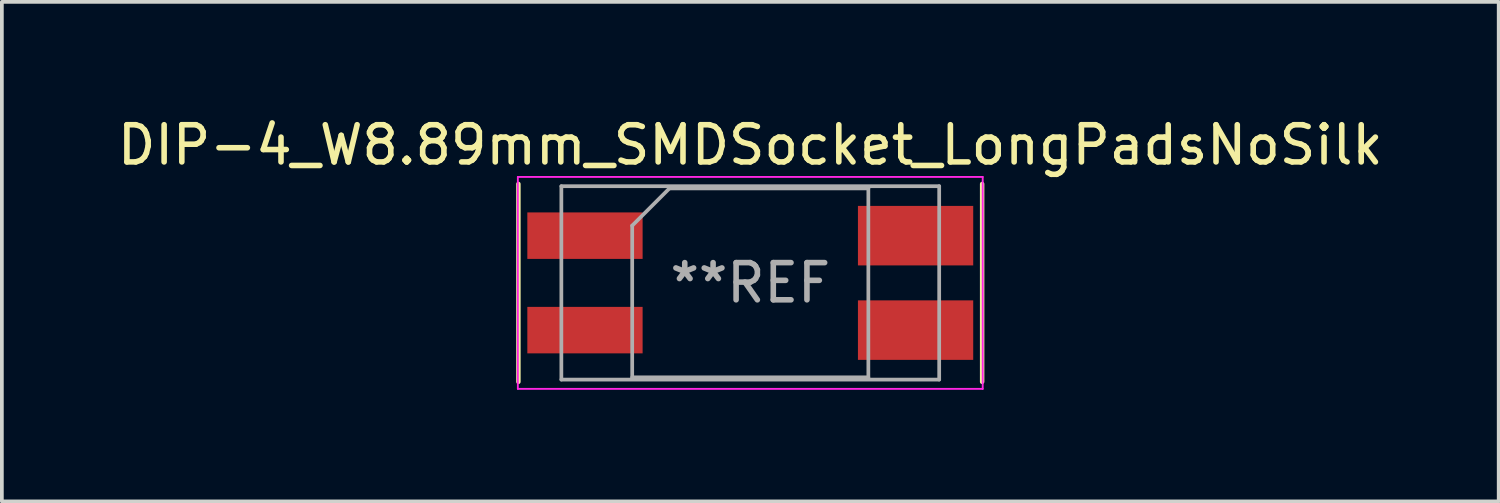
<source format=kicad_pcb>
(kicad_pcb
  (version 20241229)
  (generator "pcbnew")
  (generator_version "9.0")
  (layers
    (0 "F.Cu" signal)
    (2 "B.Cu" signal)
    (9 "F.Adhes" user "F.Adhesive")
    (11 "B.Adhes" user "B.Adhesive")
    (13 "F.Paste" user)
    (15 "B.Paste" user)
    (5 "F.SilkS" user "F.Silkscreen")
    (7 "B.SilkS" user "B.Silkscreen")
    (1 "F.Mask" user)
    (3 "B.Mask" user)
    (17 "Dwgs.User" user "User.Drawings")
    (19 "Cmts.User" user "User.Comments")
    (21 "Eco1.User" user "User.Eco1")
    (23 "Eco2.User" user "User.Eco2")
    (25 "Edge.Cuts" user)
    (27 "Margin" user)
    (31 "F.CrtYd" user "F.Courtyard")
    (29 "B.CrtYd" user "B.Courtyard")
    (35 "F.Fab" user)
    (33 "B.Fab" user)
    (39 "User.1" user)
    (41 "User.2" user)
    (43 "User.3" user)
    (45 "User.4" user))
  (footprint "DIP-4_W8.89mm_SMDSocket_LongPadsNoSilk"
    (layer "F.Cu")
    (at 17.125 4.557)
    (property "Reference" "DIP-4_W8.89mm_SMDSocket_LongPadsNoSilk" (at 0 -3.708 180) (layer "F.SilkS") (effects (font (size 1 1) (thickness 0.15))))
    (attr smd)
    (fp_line (start -6.235 -2.66) (end -6.235 2.66) (stroke (width 0.12) (type solid)) (layer "F.SilkS"))
    (fp_line (start 6.235 2.66) (end 6.235 -2.66) (stroke (width 0.12) (type solid)) (layer "F.SilkS"))
    (fp_line (start -6.25 -2.85) (end -6.25 2.85) (stroke (width 0.05) (type solid)) (layer "F.CrtYd"))
    (fp_line (start -6.25 2.85) (end 6.25 2.85) (stroke (width 0.05) (type solid)) (layer "F.CrtYd"))
    (fp_line (start 6.25 -2.85) (end -6.25 -2.85) (stroke (width 0.05) (type solid)) (layer "F.CrtYd"))
    (fp_line (start 6.25 2.85) (end 6.25 -2.85) (stroke (width 0.05) (type solid)) (layer "F.CrtYd"))
    (fp_line (start -5.08 -2.6) (end -5.08 2.6) (stroke (width 0.1) (type solid)) (layer "F.Fab"))
    (fp_line (start -5.08 2.6) (end 5.08 2.6) (stroke (width 0.1) (type solid)) (layer "F.Fab"))
    (fp_line (start -3.175 -1.54) (end -2.175 -2.54) (stroke (width 0.1) (type solid)) (layer "F.Fab"))
    (fp_line (start -3.175 2.54) (end -3.175 -1.54) (stroke (width 0.1) (type solid)) (layer "F.Fab"))
    (fp_line (start -2.175 -2.54) (end 3.175 -2.54) (stroke (width 0.1) (type solid)) (layer "F.Fab"))
    (fp_line (start 3.175 -2.54) (end 3.175 2.54) (stroke (width 0.1) (type solid)) (layer "F.Fab"))
    (fp_line (start 3.175 2.54) (end -3.175 2.54) (stroke (width 0.1) (type solid)) (layer "F.Fab"))
    (fp_line (start 5.08 -2.6) (end -5.08 -2.6) (stroke (width 0.1) (type solid)) (layer "F.Fab"))
    (fp_line (start 5.08 2.6) (end 5.08 -2.6) (stroke (width 0.1) (type solid)) (layer "F.Fab"))
    (fp_text user "**REF" (at 0 0 180) (layer "F.Fab") (effects (font (size 1 1) (thickness 0.15))))
    (pad "1" smd rect (at -4.445 -1.27) (size 3.1 1.25) (layers "F.Cu" "F.Mask" "F.Paste"))
    (pad "2" smd rect (at -4.445 1.27) (size 3.1 1.25) (layers "F.Cu" "F.Mask" "F.Paste"))
    (pad "3" smd rect (at 4.445 1.27) (size 3.1 1.6) (layers "F.Cu" "F.Mask" "F.Paste"))
    (pad "4" smd rect (at 4.445 -1.27) (size 3.1 1.6) (layers "F.Cu" "F.Mask" "F.Paste")))
  (gr_rect
    (start -3 -3)
    (end 37.25 10.432)
    (stroke (width 0.1) (type default))
    (fill no)
    (layer "Edge.Cuts")))
</source>
